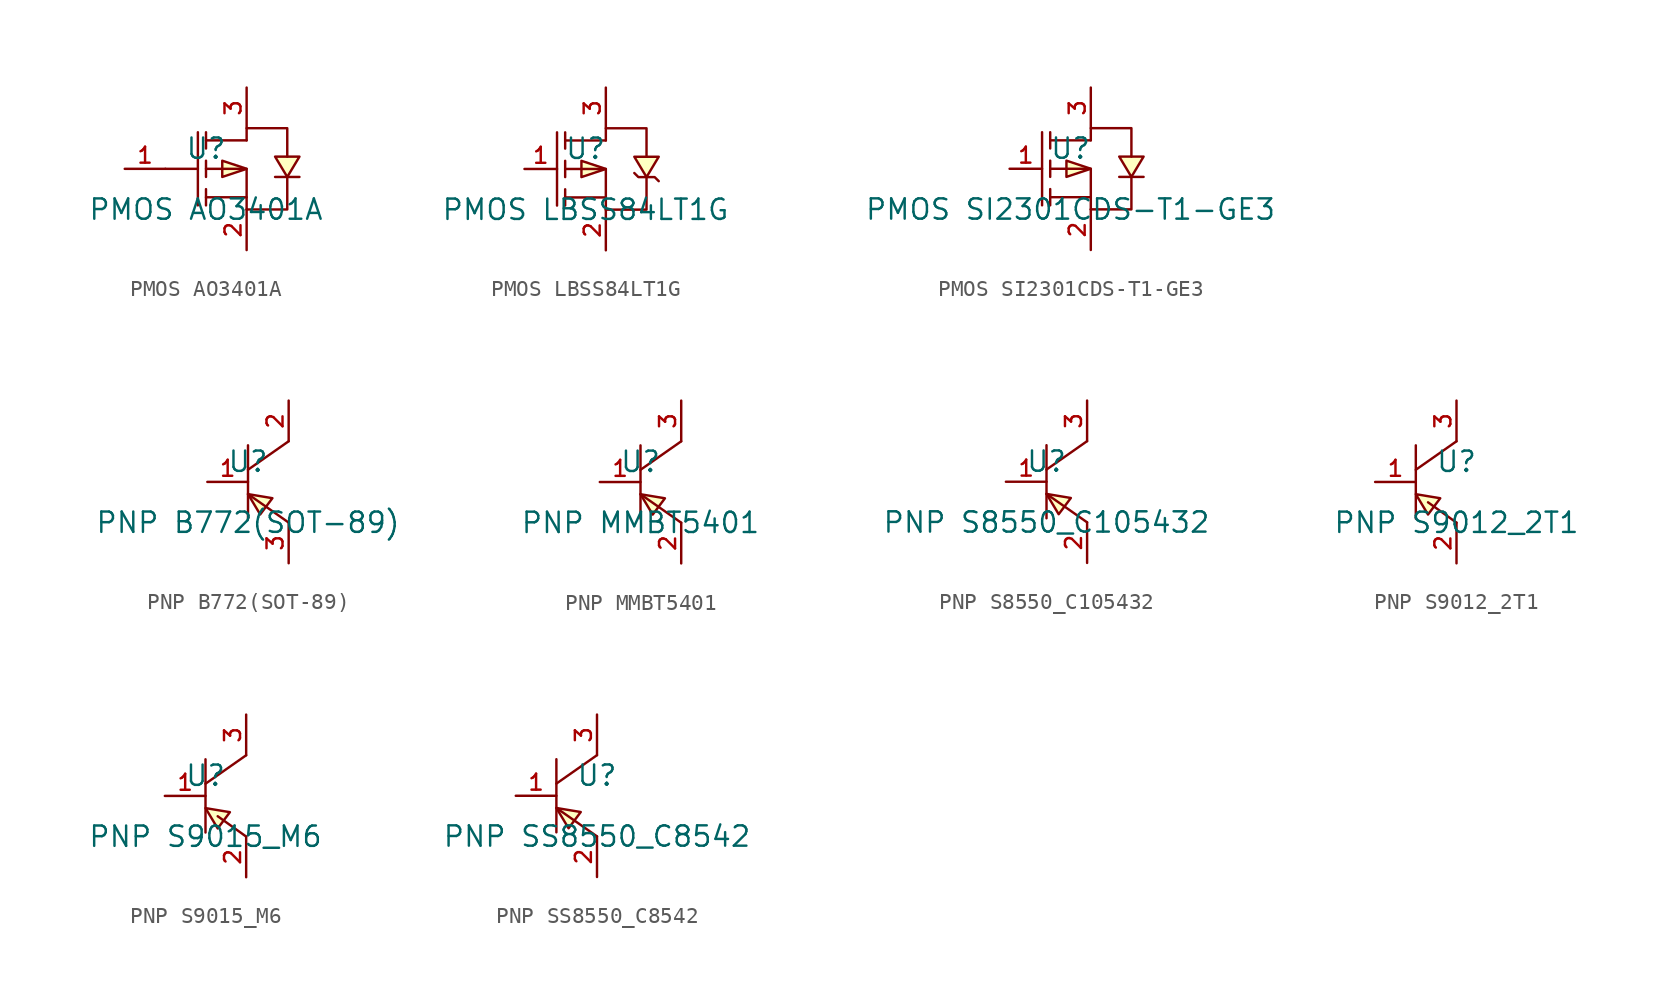
<source format=kicad_sym>
(kicad_symbol_lib
  (version 20220914)
  (generator kicad_symbol_editor)
  (symbol "PMOS AO3401A"
    (pin_names hide)
    (property "Reference" "U"
      (at 0 1.27 0)
      (effects (font (size 1.27 1.27))))
    (property "Value" "PMOS AO3401A"
      (at 0 -2.54 0)
      (effects (font (size 1.27 1.27))))
    (symbol "PMOS AO3401A_0_1"
      (polyline (pts (xy -2.54 0) (xy -0.508 0)) (stroke (width 0) (type default)) (fill (type none)))
      (polyline (pts (xy -0.508 2.286) (xy -0.508 -2.286)) (stroke (width 0) (type default)) (fill (type none)))
      (polyline (pts (xy 0 -2.286) (xy 0 -1.27)) (stroke (width 0) (type default)) (fill (type none)))
      (polyline (pts (xy 0 -0.508) (xy 0 0.508)) (stroke (width 0) (type default)) (fill (type none)))
      (polyline (pts (xy 0 1.27) (xy 0 2.286)) (stroke (width 0) (type default)) (fill (type none)))
      (polyline (pts (xy 2.54 -1.778) (xy 0 -1.778)) (stroke (width 0) (type default)) (fill (type none)))
      (polyline (pts (xy 2.54 1.778) (xy 0 1.778)) (stroke (width 0) (type default)) (fill (type none)))
      (polyline (pts (xy 0 0) (xy 2.54 0) (xy 2.54 -2.54)) (stroke (width 0) (type default)) (fill (type none)))
      (polyline (pts (xy 2.54 -2.54) (xy 5.08 -2.54) (xy 5.08 -0.508)) (stroke (width 0) (type default)) (fill (type none)))
      (polyline (pts (xy 2.54 0) (xy 1.016 0.508) (xy 1.016 -0.508) (xy 2.54 0)) (stroke (width 0) (type default)) (fill (type background)))
      (polyline (pts (xy 2.54 1.778) (xy 2.54 2.54) (xy 5.08 2.54) (xy 5.08 0.762)) (stroke (width 0) (type default)) (fill (type none)))
      (polyline (pts (xy 5.08 -0.508) (xy 5.842 0.762) (xy 4.318 0.762) (xy 5.08 -0.508)) (stroke (width 0) (type default)) (fill (type background)))
      (polyline (pts (xy 5.842 -0.508) (xy 5.588 -0.508) (xy 4.572 -0.508) (xy 4.318 -0.508)) (stroke (width 0) (type default)) (fill (type none)))
      (pin unspecified line (at -5.08 0 0) (length 2.54) (name "G" (effects (font (size 1 1)))) (number "1" (effects (font (size 1 1)))))
      (pin unspecified line (at 2.54 -5.08 90) (length 2.54) (name "S" (effects (font (size 1 1)))) (number "2" (effects (font (size 1 1)))))
      (pin unspecified line (at 2.54 5.08 270) (length 2.54) (name "D" (effects (font (size 1 1)))) (number "3" (effects (font (size 1 1)))))))
  (symbol "PMOS LBSS84LT1G"
    (pin_names hide)
    (property "Reference" "U"
      (at 0 1.27 0)
      (effects (font (size 1.27 1.27))))
    (property "Value" "PMOS LBSS84LT1G"
      (at 0 -2.54 0)
      (effects (font (size 1.27 1.27))))
    (symbol "PMOS LBSS84LT1G_0_1"
      (polyline (pts (xy -1.778 2.286) (xy -1.778 -2.286)) (stroke (width 0) (type default)) (fill (type none)))
      (polyline (pts (xy -1.27 -2.286) (xy -1.27 -1.27)) (stroke (width 0) (type default)) (fill (type none)))
      (polyline (pts (xy -1.27 -0.508) (xy -1.27 0.508)) (stroke (width 0) (type default)) (fill (type none)))
      (polyline (pts (xy -1.27 1.27) (xy -1.27 2.286)) (stroke (width 0) (type default)) (fill (type none)))
      (polyline (pts (xy 1.27 -1.778) (xy -1.27 -1.778)) (stroke (width 0) (type default)) (fill (type none)))
      (polyline (pts (xy 1.27 1.778) (xy -1.27 1.778)) (stroke (width 0) (type default)) (fill (type none)))
      (polyline (pts (xy -1.27 0) (xy 1.27 0) (xy 1.27 -2.54)) (stroke (width 0) (type default)) (fill (type none)))
      (polyline (pts (xy 1.27 -2.54) (xy 3.81 -2.54) (xy 3.81 -0.508)) (stroke (width 0) (type default)) (fill (type none)))
      (polyline (pts (xy 1.27 0) (xy -0.254 0.508) (xy -0.254 -0.508) (xy 1.27 0)) (stroke (width 0) (type default)) (fill (type background)))
      (polyline (pts (xy 1.27 1.778) (xy 1.27 2.54) (xy 3.81 2.54) (xy 3.81 0.762)) (stroke (width 0) (type default)) (fill (type none)))
      (polyline (pts (xy 3.81 -0.508) (xy 4.572 0.762) (xy 3.048 0.762) (xy 3.81 -0.508)) (stroke (width 0) (type default)) (fill (type background)))
      (polyline (pts (xy 4.572 -0.762) (xy 4.318 -0.508) (xy 3.302 -0.508) (xy 3.048 -0.254)) (stroke (width 0) (type default)) (fill (type none)))
      (pin unspecified line (at -3.81 0 0) (length 2.032) (name "G" (effects (font (size 1 1)))) (number "1" (effects (font (size 1 1)))))
      (pin unspecified line (at 1.27 -5.08 90) (length 2.54) (name "S" (effects (font (size 1 1)))) (number "2" (effects (font (size 1 1)))))
      (pin unspecified line (at 1.27 5.08 270) (length 2.54) (name "D" (effects (font (size 1 1)))) (number "3" (effects (font (size 1 1)))))))
  (symbol "PMOS SI2301CDS-T1-GE3"
    (pin_names hide)
    (property "Reference" "U"
      (at 0 1.27 0)
      (effects (font (size 1.27 1.27))))
    (property "Value" "PMOS SI2301CDS-T1-GE3"
      (at 0 -2.54 0)
      (effects (font (size 1.27 1.27))))
    (symbol "PMOS SI2301CDS-T1-GE3_0_1"
      (polyline (pts (xy -1.778 2.286) (xy -1.778 -2.286)) (stroke (width 0) (type default)) (fill (type none)))
      (polyline (pts (xy -1.27 -2.286) (xy -1.27 -1.27)) (stroke (width 0) (type default)) (fill (type none)))
      (polyline (pts (xy -1.27 -0.508) (xy -1.27 0.508)) (stroke (width 0) (type default)) (fill (type none)))
      (polyline (pts (xy -1.27 1.27) (xy -1.27 2.286)) (stroke (width 0) (type default)) (fill (type none)))
      (polyline (pts (xy 1.27 -1.778) (xy -1.27 -1.778)) (stroke (width 0) (type default)) (fill (type none)))
      (polyline (pts (xy 1.27 1.778) (xy -1.27 1.778)) (stroke (width 0) (type default)) (fill (type none)))
      (polyline (pts (xy -1.27 0) (xy 1.27 0) (xy 1.27 -2.54)) (stroke (width 0) (type default)) (fill (type none)))
      (polyline (pts (xy 1.27 -2.54) (xy 3.81 -2.54) (xy 3.81 -0.508)) (stroke (width 0) (type default)) (fill (type none)))
      (polyline (pts (xy 1.27 0) (xy -0.254 0.508) (xy -0.254 -0.508) (xy 1.27 0)) (stroke (width 0) (type default)) (fill (type background)))
      (polyline (pts (xy 1.27 1.778) (xy 1.27 2.54) (xy 3.81 2.54) (xy 3.81 0.762)) (stroke (width 0) (type default)) (fill (type none)))
      (polyline (pts (xy 3.81 -0.508) (xy 4.572 0.762) (xy 3.048 0.762) (xy 3.81 -0.508)) (stroke (width 0) (type default)) (fill (type background)))
      (polyline (pts (xy 4.572 -0.508) (xy 4.318 -0.508) (xy 3.302 -0.508) (xy 3.048 -0.508)) (stroke (width 0) (type default)) (fill (type none)))
      (pin unspecified line (at -3.81 0 0) (length 2.032) (name "G" (effects (font (size 1 1)))) (number "1" (effects (font (size 1 1)))))
      (pin unspecified line (at 1.27 -5.08 90) (length 2.54) (name "S" (effects (font (size 1 1)))) (number "2" (effects (font (size 1 1)))))
      (pin unspecified line (at 1.27 5.08 270) (length 2.54) (name "D" (effects (font (size 1 1)))) (number "3" (effects (font (size 1 1)))))))
  (symbol "PNP B772(SOT-89)"
    (pin_names hide)
    (property "Reference" "U"
      (at 0 1.27 0)
      (effects (font (size 1.27 1.27))))
    (property "Value" "PNP B772(SOT-89)"
      (at 0 -2.54 0)
      (effects (font (size 1.27 1.27))))
    (symbol "PNP B772(SOT-89)_0_1"
      (polyline (pts (xy 0 -0.762) (xy 2.54 -2.54)) (stroke (width 0) (type default)) (fill (type none)))
      (polyline (pts (xy 0 2.286) (xy 0 -2.286)) (stroke (width 0) (type default)) (fill (type none)))
      (polyline (pts (xy 2.54 2.54) (xy 0 0.762)) (stroke (width 0) (type default)) (fill (type none)))
      (polyline (pts (xy 0 -0.762) (xy 0.762 -2.032) (xy 1.524 -1.016) (xy 0 -0.762)) (stroke (width 0) (type default)) (fill (type background)))
      (pin input line (at -2.54 0 0) (length 2.54) (name "B" (effects (font (size 1 1)))) (number "1" (effects (font (size 1 1)))))
      (pin input line (at 2.54 5.08 270) (length 2.54) (name "C" (effects (font (size 1 1)))) (number "2" (effects (font (size 1 1)))))
      (pin input line (at 2.54 -5.08 90) (length 2.54) (name "E" (effects (font (size 1 1)))) (number "3" (effects (font (size 1 1)))))))
  (symbol "PNP MMBT5401"
    (pin_names hide)
    (property "Reference" "U"
      (at 0 1.27 0)
      (effects (font (size 1.27 1.27))))
    (property "Value" "PNP MMBT5401"
      (at 0 -2.54 0)
      (effects (font (size 1.27 1.27))))
    (symbol "PNP MMBT5401_0_1"
      (polyline (pts (xy 0 -0.762) (xy 2.54 -2.54)) (stroke (width 0) (type default)) (fill (type none)))
      (polyline (pts (xy 0 2.286) (xy 0 -2.286)) (stroke (width 0) (type default)) (fill (type none)))
      (polyline (pts (xy 2.54 2.54) (xy 0 0.762)) (stroke (width 0) (type default)) (fill (type none)))
      (polyline (pts (xy 0 -0.762) (xy 1.524 -1.016) (xy 0.762 -2.032) (xy 0 -0.762)) (stroke (width 0) (type default)) (fill (type background)))
      (pin unspecified line (at -2.54 0 0) (length 2.54) (name "B" (effects (font (size 1 1)))) (number "1" (effects (font (size 1 1)))))
      (pin unspecified line (at 2.54 -5.08 90) (length 2.54) (name "E" (effects (font (size 1 1)))) (number "2" (effects (font (size 1 1)))))
      (pin unspecified line (at 2.54 5.08 270) (length 2.54) (name "C" (effects (font (size 1 1)))) (number "3" (effects (font (size 1 1)))))))
  (symbol "PNP S8550_C105432"
    (pin_names hide)
    (property "Reference" "U"
      (at 0 1.27 0)
      (effects (font (size 1.27 1.27))))
    (property "Value" "PNP S8550_C105432"
      (at 0 -2.54 0)
      (effects (font (size 1.27 1.27))))
    (symbol "PNP S8550_C105432_0_1"
      (polyline (pts (xy 0 -0.762) (xy 2.54 -2.54)) (stroke (width 0) (type default)) (fill (type none)))
      (polyline (pts (xy 0 2.286) (xy 0 -2.286)) (stroke (width 0) (type default)) (fill (type none)))
      (polyline (pts (xy 2.54 2.54) (xy 0 0.762)) (stroke (width 0) (type default)) (fill (type none)))
      (polyline (pts (xy 0 -0.762) (xy 0.762 -2.032) (xy 1.524 -1.016) (xy 0 -0.762)) (stroke (width 0) (type default)) (fill (type background)))
      (pin input line (at -2.54 0 0) (length 2.54) (name "1" (effects (font (size 1 1)))) (number "1" (effects (font (size 1 1)))))
      (pin input line (at 2.54 -5.08 90) (length 2.54) (name "2" (effects (font (size 1 1)))) (number "2" (effects (font (size 1 1)))))
      (pin input line (at 2.54 5.08 270) (length 2.54) (name "3" (effects (font (size 1 1)))) (number "3" (effects (font (size 1 1)))))))
  (symbol "PNP S9012_2T1"
    (pin_names hide)
    (property "Reference" "U"
      (at 0 1.27 0)
      (effects (font (size 1.27 1.27))))
    (property "Value" "PNP S9012_2T1"
      (at 0 -2.54 0)
      (effects (font (size 1.27 1.27))))
    (symbol "PNP S9012_2T1_0_1"
      (polyline (pts (xy -2.54 2.286) (xy -2.54 -2.286)) (stroke (width 0) (type default)) (fill (type none)))
      (polyline (pts (xy -1.778 -1.27) (xy 0 -2.54)) (stroke (width 0) (type default)) (fill (type none)))
      (polyline (pts (xy 0 2.54) (xy -2.54 0.762)) (stroke (width 0) (type default)) (fill (type none)))
      (polyline (pts (xy -2.54 -0.762) (xy -1.016 -1.016) (xy -1.778 -2.032) (xy -2.54 -0.762)) (stroke (width 0) (type default)) (fill (type background)))
      (pin unspecified line (at -5.08 0 0) (length 2.54) (name "B" (effects (font (size 1 1)))) (number "1" (effects (font (size 1 1)))))
      (pin unspecified line (at 0 -5.08 90) (length 2.54) (name "E" (effects (font (size 1 1)))) (number "2" (effects (font (size 1 1)))))
      (pin unspecified line (at 0 5.08 270) (length 2.54) (name "C" (effects (font (size 1 1)))) (number "3" (effects (font (size 1 1)))))))
  (symbol "PNP S9015_M6"
    (pin_names hide)
    (property "Reference" "U"
      (at 0 1.27 0)
      (effects (font (size 1.27 1.27))))
    (property "Value" "PNP S9015_M6"
      (at 0 -2.54 0)
      (effects (font (size 1.27 1.27))))
    (symbol "PNP S9015_M6_0_1"
      (polyline (pts (xy 0 2.286) (xy 0 -2.286)) (stroke (width 0) (type default)) (fill (type none)))
      (polyline (pts (xy 0.762 -1.27) (xy 2.54 -2.54)) (stroke (width 0) (type default)) (fill (type none)))
      (polyline (pts (xy 2.54 2.54) (xy 0 0.762)) (stroke (width 0) (type default)) (fill (type none)))
      (polyline (pts (xy 0 -0.762) (xy 1.524 -1.016) (xy 0.762 -2.032) (xy 0 -0.762)) (stroke (width 0) (type default)) (fill (type background)))
      (pin unspecified line (at -2.54 0 0) (length 2.54) (name "B" (effects (font (size 1 1)))) (number "1" (effects (font (size 1 1)))))
      (pin unspecified line (at 2.54 -5.08 90) (length 2.54) (name "E" (effects (font (size 1 1)))) (number "2" (effects (font (size 1 1)))))
      (pin unspecified line (at 2.54 5.08 270) (length 2.54) (name "C" (effects (font (size 1 1)))) (number "3" (effects (font (size 1 1)))))))
  (symbol "PNP SS8550_C8542"
    (pin_names hide)
    (property "Reference" "U"
      (at 0 1.27 0)
      (effects (font (size 1.27 1.27))))
    (property "Value" "PNP SS8550_C8542"
      (at 0 -2.54 0)
      (effects (font (size 1.27 1.27))))
    (symbol "PNP SS8550_C8542_0_1"
      (polyline (pts (xy -2.54 -0.762) (xy 0 -2.54)) (stroke (width 0) (type default)) (fill (type none)))
      (polyline (pts (xy -2.54 2.286) (xy -2.54 -2.286)) (stroke (width 0) (type default)) (fill (type none)))
      (polyline (pts (xy 0 2.54) (xy -2.54 0.762)) (stroke (width 0) (type default)) (fill (type none)))
      (polyline (pts (xy -2.54 -0.762) (xy -1.016 -1.016) (xy -1.778 -2.032) (xy -2.54 -0.762)) (stroke (width 0) (type default)) (fill (type background)))
      (pin unspecified line (at -5.08 0 0) (length 2.54) (name "B" (effects (font (size 1 1)))) (number "1" (effects (font (size 1 1)))))
      (pin unspecified line (at 0 -5.08 90) (length 2.54) (name "E" (effects (font (size 1 1)))) (number "2" (effects (font (size 1 1)))))
      (pin unspecified line (at 0 5.08 270) (length 2.54) (name "C" (effects (font (size 1 1)))) (number "3" (effects (font (size 1 1))))))))
</source>
